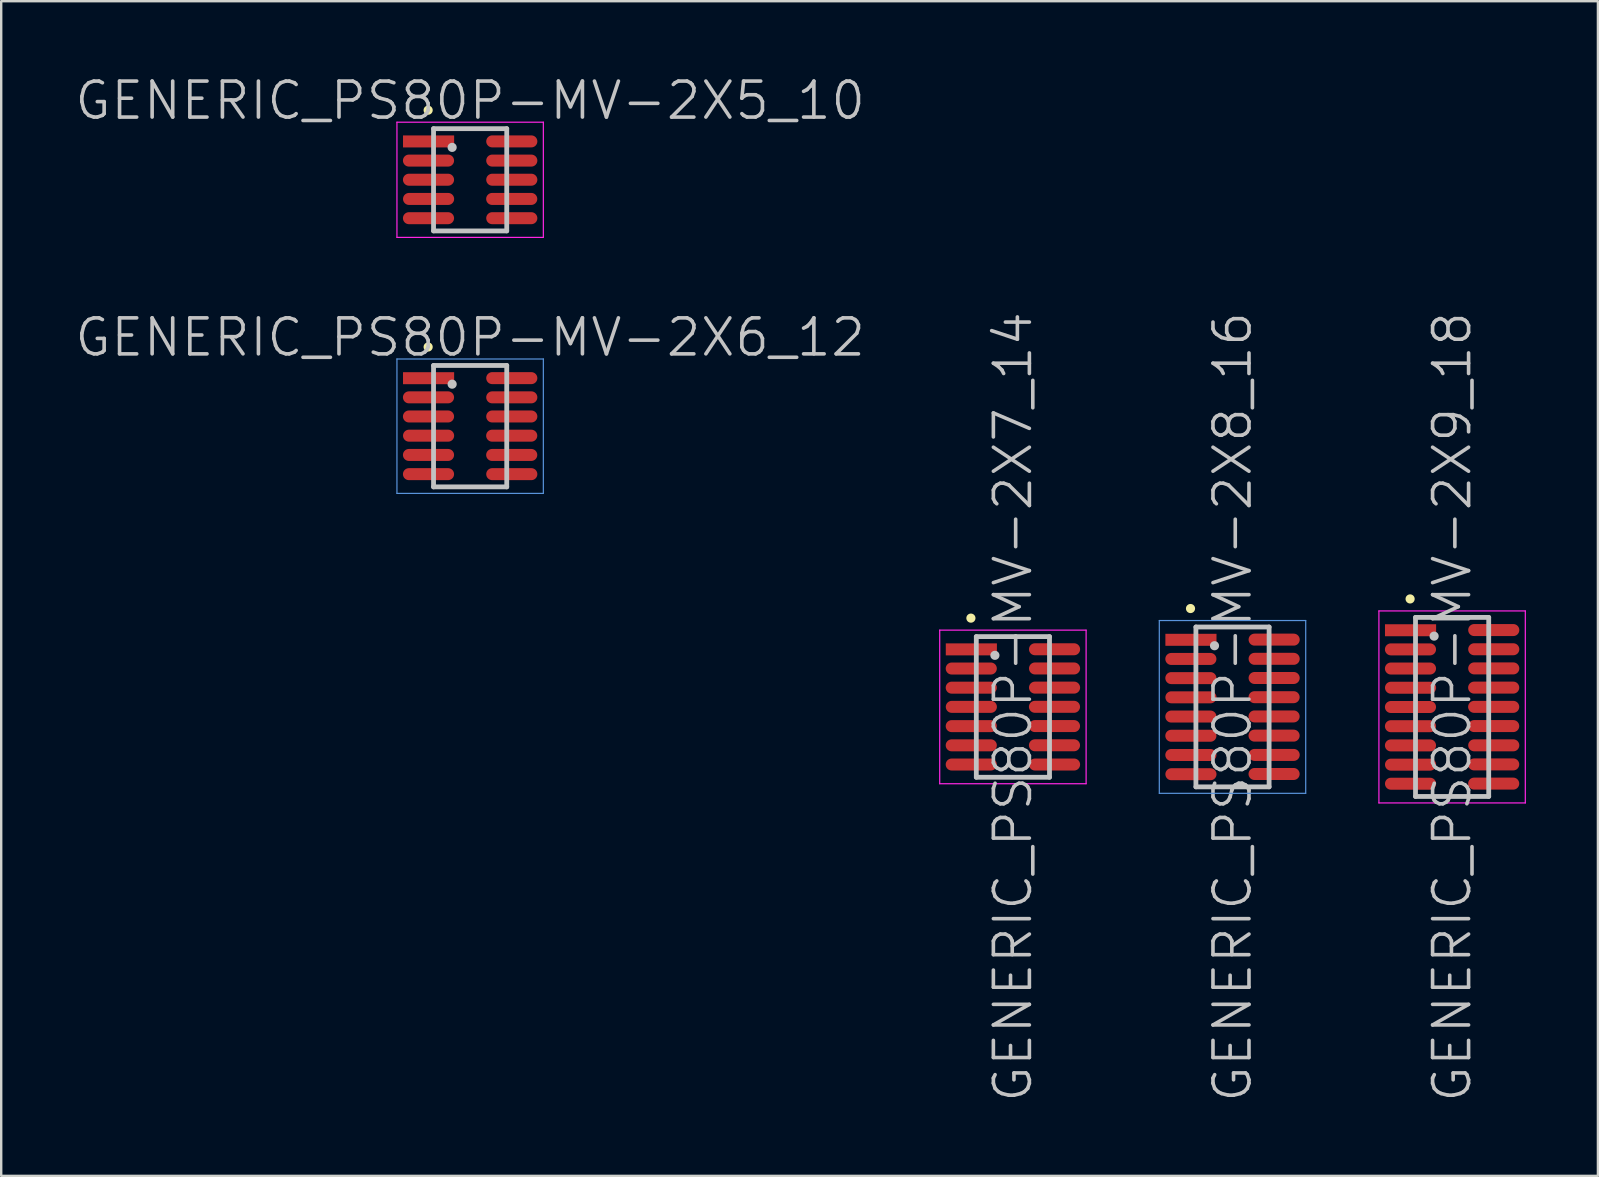
<source format=kicad_pcb>
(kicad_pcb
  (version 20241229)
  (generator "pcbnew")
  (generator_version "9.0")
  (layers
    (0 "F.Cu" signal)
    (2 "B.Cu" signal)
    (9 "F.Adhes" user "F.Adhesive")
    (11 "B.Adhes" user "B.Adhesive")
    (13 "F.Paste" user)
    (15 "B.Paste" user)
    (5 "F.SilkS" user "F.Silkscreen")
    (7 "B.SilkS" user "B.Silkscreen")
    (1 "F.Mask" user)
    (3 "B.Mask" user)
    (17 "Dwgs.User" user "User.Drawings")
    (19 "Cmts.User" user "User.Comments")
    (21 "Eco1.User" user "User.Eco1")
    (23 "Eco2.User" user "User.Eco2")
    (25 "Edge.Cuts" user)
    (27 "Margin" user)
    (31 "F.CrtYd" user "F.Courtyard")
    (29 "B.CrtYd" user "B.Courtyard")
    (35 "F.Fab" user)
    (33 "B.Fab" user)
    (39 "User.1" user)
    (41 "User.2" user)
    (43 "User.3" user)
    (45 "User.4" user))
  (footprint "GENERIC_PS80P-MV-2X9_18"
    (layer "F.Cu")
    (at 57.454 26.405)
    (property "Reference" "GENERIC_PS80P-MV-2X9_18" (at 0 0 90) (layer "Dwgs.User") (effects (font (size 1.5 1.5) (thickness 0.15))))
    (attr smd)
    (fp_line (start -1.75 -4.5) (end -1.75 -4.5) (stroke (width 0.381) (type solid)) (layer "F.SilkS"))
    (fp_line (start -1.525 -3.73) (end -1.525 3.73) (stroke (width 0.2) (type solid)) (layer "Dwgs.User"))
    (fp_line (start -1.525 -3.73) (end 1.525 -3.73) (stroke (width 0.2) (type solid)) (layer "Dwgs.User"))
    (fp_line (start -1.525 3.73) (end 1.525 3.73) (stroke (width 0.2) (type solid)) (layer "Dwgs.User"))
    (fp_line (start -0.75 -2.95) (end -0.75 -2.95) (stroke (width 0.381) (type solid)) (layer "Dwgs.User"))
    (fp_line (start 1.525 -3.73) (end 1.525 3.73) (stroke (width 0.2) (type solid)) (layer "Dwgs.User"))
    (fp_line (start -3.05 -4) (end -3.05 4) (stroke (width 0.05) (type solid)) (layer "F.CrtYd"))
    (fp_line (start -3.05 -4) (end 3.05 -4) (stroke (width 0.05) (type solid)) (layer "F.CrtYd"))
    (fp_line (start -3.05 4) (end 3.05 4) (stroke (width 0.05) (type solid)) (layer "F.CrtYd"))
    (fp_line (start 3.05 -4) (end 3.05 4) (stroke (width 0.05) (type solid)) (layer "F.CrtYd"))
    (pad "1" smd rect (at -1.732 -3.195 270) (size 0.5 2.13) (layers "F.Cu" "F.Mask" "F.Paste"))
    (pad "2" smd oval (at 1.735 -3.203 270) (size 0.5 2.13) (layers "F.Cu" "F.Mask" "F.Paste"))
    (pad "3" smd oval (at -1.735 -2.398 270) (size 0.5 2.13) (layers "F.Cu" "F.Mask" "F.Paste"))
    (pad "4" smd oval (at 1.735 -2.403 270) (size 0.5 2.13) (layers "F.Cu" "F.Mask" "F.Paste"))
    (pad "5" smd oval (at -1.735 -1.6 270) (size 0.5 2.13) (layers "F.Cu" "F.Mask" "F.Paste"))
    (pad "6" smd oval (at 1.735 -1.605 270) (size 0.5 2.13) (layers "F.Cu" "F.Mask" "F.Paste"))
    (pad "7" smd oval (at -1.732 -0.8 270) (size 0.5 2.13) (layers "F.Cu" "F.Mask" "F.Paste"))
    (pad "8" smd oval (at 1.732 -0.805 270) (size 0.5 2.13) (layers "F.Cu" "F.Mask" "F.Paste"))
    (pad "9" smd oval (at -1.735 0.003 270) (size 0.5 2.13) (layers "F.Cu" "F.Mask" "F.Paste"))
    (pad "10" smd oval (at 1.732 -0.003 270) (size 0.5 2.13) (layers "F.Cu" "F.Mask" "F.Paste"))
    (pad "11" smd oval (at -1.735 0.803 270) (size 0.5 2.13) (layers "F.Cu" "F.Mask" "F.Paste"))
    (pad "12" smd oval (at 1.732 0.798 270) (size 0.5 2.13) (layers "F.Cu" "F.Mask" "F.Paste"))
    (pad "13" smd oval (at -1.735 1.603 270) (size 0.5 2.13) (layers "F.Cu" "F.Mask" "F.Paste"))
    (pad "14" smd oval (at 1.735 1.6 270) (size 0.5 2.13) (layers "F.Cu" "F.Mask" "F.Paste"))
    (pad "15" smd oval (at -1.732 2.405 270) (size 0.5 2.13) (layers "F.Cu" "F.Mask" "F.Paste"))
    (pad "16" smd oval (at 1.732 2.395 270) (size 0.5 2.13) (layers "F.Cu" "F.Mask" "F.Paste"))
    (pad "17" smd oval (at -1.732 3.2 270) (size 0.5 2.13) (layers "F.Cu" "F.Mask" "F.Paste"))
    (pad "18" smd oval (at 1.732 3.195 270) (size 0.5 2.13) (layers "F.Cu" "F.Mask" "F.Paste")))
  (footprint "GENERIC_PS80P-MV-2X8_16"
    (layer "F.Cu")
    (at 48.304 26.405)
    (property "Reference" "GENERIC_PS80P-MV-2X8_16" (at 0 0 90) (layer "Dwgs.User") (effects (font (size 1.5 1.5) (thickness 0.15))))
    (attr smd)
    (fp_line (start -1.75 -4.1) (end -1.75 -4.1) (stroke (width 0.381) (type solid)) (layer "F.SilkS"))
    (fp_line (start -1.525 -3.33) (end -1.525 3.33) (stroke (width 0.2) (type solid)) (layer "Dwgs.User"))
    (fp_line (start -1.525 -3.33) (end 1.525 -3.33) (stroke (width 0.2) (type solid)) (layer "Dwgs.User"))
    (fp_line (start -1.525 3.33) (end 1.525 3.33) (stroke (width 0.2) (type solid)) (layer "Dwgs.User"))
    (fp_line (start -0.75 -2.55) (end -0.75 -2.55) (stroke (width 0.381) (type solid)) (layer "Dwgs.User"))
    (fp_line (start 1.525 -3.33) (end 1.525 3.33) (stroke (width 0.2) (type solid)) (layer "Dwgs.User"))
    (fp_line (start -3.05 -3.6) (end -3.05 3.6) (stroke (width 0.05) (type solid)) (layer "Cmts.User"))
    (fp_line (start -3.05 -3.6) (end 3.05 -3.6) (stroke (width 0.05) (type solid)) (layer "Cmts.User"))
    (fp_line (start -3.05 3.6) (end 3.05 3.6) (stroke (width 0.05) (type solid)) (layer "Cmts.User"))
    (fp_line (start 3.05 -3.6) (end 3.05 3.6) (stroke (width 0.05) (type solid)) (layer "Cmts.User"))
    (pad "1" smd rect (at -1.732 -2.797 270) (size 0.5 2.13) (layers "F.Cu" "F.Mask" "F.Paste"))
    (pad "2" smd oval (at 1.735 -2.804 270) (size 0.5 2.13) (layers "F.Cu" "F.Mask" "F.Paste"))
    (pad "3" smd oval (at -1.735 -1.999 270) (size 0.5 2.13) (layers "F.Cu" "F.Mask" "F.Paste"))
    (pad "4" smd oval (at 1.735 -2.004 270) (size 0.5 2.13) (layers "F.Cu" "F.Mask" "F.Paste"))
    (pad "5" smd oval (at -1.735 -1.201 270) (size 0.5 2.13) (layers "F.Cu" "F.Mask" "F.Paste"))
    (pad "6" smd oval (at 1.735 -1.206 270) (size 0.5 2.13) (layers "F.Cu" "F.Mask" "F.Paste"))
    (pad "7" smd oval (at -1.732 -0.401 270) (size 0.5 2.13) (layers "F.Cu" "F.Mask" "F.Paste"))
    (pad "8" smd oval (at 1.732 -0.406 270) (size 0.5 2.13) (layers "F.Cu" "F.Mask" "F.Paste"))
    (pad "9" smd oval (at -1.735 0.401 270) (size 0.5 2.13) (layers "F.Cu" "F.Mask" "F.Paste"))
    (pad "10" smd oval (at 1.732 0.396 270) (size 0.5 2.13) (layers "F.Cu" "F.Mask" "F.Paste"))
    (pad "11" smd oval (at -1.735 1.201 270) (size 0.5 2.13) (layers "F.Cu" "F.Mask" "F.Paste"))
    (pad "12" smd oval (at 1.732 1.196 270) (size 0.5 2.13) (layers "F.Cu" "F.Mask" "F.Paste"))
    (pad "13" smd oval (at -1.735 2.002 270) (size 0.5 2.13) (layers "F.Cu" "F.Mask" "F.Paste"))
    (pad "14" smd oval (at 1.735 1.999 270) (size 0.5 2.13) (layers "F.Cu" "F.Mask" "F.Paste"))
    (pad "15" smd oval (at -1.732 2.804 270) (size 0.5 2.13) (layers "F.Cu" "F.Mask" "F.Paste"))
    (pad "16" smd oval (at 1.732 2.794 270) (size 0.5 2.13) (layers "F.Cu" "F.Mask" "F.Paste")))
  (footprint "GENERIC_PS80P-MV-2X5_10"
    (layer "F.Cu")
    (at 16.539 4.441)
    (property "Reference" "GENERIC_PS80P-MV-2X5_10" (at 0 -3.3 180) (layer "Dwgs.User") (effects (font (size 1.5 1.5) (thickness 0.15))))
    (attr smd)
    (fp_line (start -1.75 -2.9) (end -1.75 -2.9) (stroke (width 0.381) (type solid)) (layer "F.SilkS"))
    (fp_line (start -1.525 -2.13) (end -1.525 2.13) (stroke (width 0.2) (type solid)) (layer "Dwgs.User"))
    (fp_line (start -1.525 -2.13) (end 1.525 -2.13) (stroke (width 0.2) (type solid)) (layer "Dwgs.User"))
    (fp_line (start -1.525 2.13) (end 1.525 2.13) (stroke (width 0.2) (type solid)) (layer "Dwgs.User"))
    (fp_line (start -0.75 -1.35) (end -0.75 -1.35) (stroke (width 0.381) (type solid)) (layer "Dwgs.User"))
    (fp_line (start 1.525 -2.13) (end 1.525 2.13) (stroke (width 0.2) (type solid)) (layer "Dwgs.User"))
    (fp_line (start -3.05 -2.4) (end -3.05 2.4) (stroke (width 0.05) (type solid)) (layer "F.CrtYd"))
    (fp_line (start -3.05 -2.4) (end 3.05 -2.4) (stroke (width 0.05) (type solid)) (layer "F.CrtYd"))
    (fp_line (start -3.05 2.4) (end 3.05 2.4) (stroke (width 0.05) (type solid)) (layer "F.CrtYd"))
    (fp_line (start 3.05 -2.4) (end 3.05 2.4) (stroke (width 0.05) (type solid)) (layer "F.CrtYd"))
    (pad "1" smd rect (at -1.732 -1.598 270) (size 0.5 2.13) (layers "F.Cu" "F.Mask" "F.Paste"))
    (pad "2" smd oval (at 1.735 -1.6 270) (size 0.5 2.13) (layers "F.Cu" "F.Mask" "F.Paste"))
    (pad "3" smd oval (at -1.735 -0.8 270) (size 0.5 2.13) (layers "F.Cu" "F.Mask" "F.Paste"))
    (pad "4" smd oval (at 1.735 -0.8 270) (size 0.5 2.13) (layers "F.Cu" "F.Mask" "F.Paste"))
    (pad "5" smd oval (at -1.735 -0.003 270) (size 0.5 2.13) (layers "F.Cu" "F.Mask" "F.Paste"))
    (pad "6" smd oval (at 1.735 -0.003 270) (size 0.5 2.13) (layers "F.Cu" "F.Mask" "F.Paste"))
    (pad "7" smd oval (at -1.732 0.798 270) (size 0.5 2.13) (layers "F.Cu" "F.Mask" "F.Paste"))
    (pad "8" smd oval (at 1.732 0.798 270) (size 0.5 2.13) (layers "F.Cu" "F.Mask" "F.Paste"))
    (pad "9" smd oval (at -1.735 1.6 270) (size 0.5 2.13) (layers "F.Cu" "F.Mask" "F.Paste"))
    (pad "10" smd oval (at 1.735 1.6 270) (size 0.5 2.13) (layers "F.Cu" "F.Mask" "F.Paste")))
  (footprint "GENERIC_PS80P-MV-2X6_12"
    (layer "F.Cu")
    (at 16.539 14.707)
    (property "Reference" "GENERIC_PS80P-MV-2X6_12" (at 0 -3.7 180) (layer "Dwgs.User") (effects (font (size 1.5 1.5) (thickness 0.15))))
    (attr smd)
    (fp_line (start -1.75 -3.3) (end -1.75 -3.3) (stroke (width 0.381) (type solid)) (layer "F.SilkS"))
    (fp_line (start -1.525 -2.53) (end -1.525 2.53) (stroke (width 0.2) (type solid)) (layer "Dwgs.User"))
    (fp_line (start -1.525 -2.53) (end 1.525 -2.53) (stroke (width 0.2) (type solid)) (layer "Dwgs.User"))
    (fp_line (start -1.525 2.53) (end 1.525 2.53) (stroke (width 0.2) (type solid)) (layer "Dwgs.User"))
    (fp_line (start -0.75 -1.75) (end -0.75 -1.75) (stroke (width 0.381) (type solid)) (layer "Dwgs.User"))
    (fp_line (start 1.525 -2.53) (end 1.525 2.53) (stroke (width 0.2) (type solid)) (layer "Dwgs.User"))
    (fp_line (start -3.05 -2.8) (end -3.05 2.8) (stroke (width 0.05) (type solid)) (layer "Cmts.User"))
    (fp_line (start -3.05 -2.8) (end 3.05 -2.8) (stroke (width 0.05) (type solid)) (layer "Cmts.User"))
    (fp_line (start -3.05 2.8) (end 3.05 2.8) (stroke (width 0.05) (type solid)) (layer "Cmts.User"))
    (fp_line (start 3.05 -2.8) (end 3.05 2.8) (stroke (width 0.05) (type solid)) (layer "Cmts.User"))
    (pad "1" smd rect (at -1.732 -1.999 270) (size 0.5 2.13) (layers "F.Cu" "F.Mask" "F.Paste"))
    (pad "2" smd oval (at 1.735 -2.002 270) (size 0.5 2.13) (layers "F.Cu" "F.Mask" "F.Paste"))
    (pad "3" smd oval (at -1.735 -1.201 270) (size 0.5 2.13) (layers "F.Cu" "F.Mask" "F.Paste"))
    (pad "4" smd oval (at 1.735 -1.201 270) (size 0.5 2.13) (layers "F.Cu" "F.Mask" "F.Paste"))
    (pad "5" smd oval (at -1.735 -0.404 270) (size 0.5 2.13) (layers "F.Cu" "F.Mask" "F.Paste"))
    (pad "6" smd oval (at 1.735 -0.404 270) (size 0.5 2.13) (layers "F.Cu" "F.Mask" "F.Paste"))
    (pad "7" smd oval (at -1.732 0.396 270) (size 0.5 2.13) (layers "F.Cu" "F.Mask" "F.Paste"))
    (pad "8" smd oval (at 1.732 0.396 270) (size 0.5 2.13) (layers "F.Cu" "F.Mask" "F.Paste"))
    (pad "9" smd oval (at -1.735 1.199 270) (size 0.5 2.13) (layers "F.Cu" "F.Mask" "F.Paste"))
    (pad "10" smd oval (at 1.732 1.199 270) (size 0.5 2.13) (layers "F.Cu" "F.Mask" "F.Paste"))
    (pad "11" smd oval (at -1.735 1.999 270) (size 0.5 2.13) (layers "F.Cu" "F.Mask" "F.Paste"))
    (pad "12" smd oval (at 1.735 1.999 270) (size 0.5 2.13) (layers "F.Cu" "F.Mask" "F.Paste")))
  (footprint "GENERIC_PS80P-MV-2X7_14"
    (layer "F.Cu")
    (at 39.154 26.405)
    (property "Reference" "GENERIC_PS80P-MV-2X7_14" (at 0 0 90) (layer "Dwgs.User") (effects (font (size 1.5 1.5) (thickness 0.15))))
    (attr smd)
    (fp_line (start -1.75 -3.7) (end -1.75 -3.7) (stroke (width 0.381) (type solid)) (layer "F.SilkS"))
    (fp_line (start -1.525 -2.93) (end -1.525 2.93) (stroke (width 0.2) (type solid)) (layer "Dwgs.User"))
    (fp_line (start -1.525 -2.93) (end 1.525 -2.93) (stroke (width 0.2) (type solid)) (layer "Dwgs.User"))
    (fp_line (start -1.525 2.93) (end 1.525 2.93) (stroke (width 0.2) (type solid)) (layer "Dwgs.User"))
    (fp_line (start -0.75 -2.15) (end -0.75 -2.15) (stroke (width 0.381) (type solid)) (layer "Dwgs.User"))
    (fp_line (start 1.525 -2.93) (end 1.525 2.93) (stroke (width 0.2) (type solid)) (layer "Dwgs.User"))
    (fp_line (start -3.05 -3.2) (end -3.05 3.2) (stroke (width 0.05) (type solid)) (layer "F.CrtYd"))
    (fp_line (start -3.05 -3.2) (end 3.05 -3.2) (stroke (width 0.05) (type solid)) (layer "F.CrtYd"))
    (fp_line (start -3.05 3.2) (end 3.05 3.2) (stroke (width 0.05) (type solid)) (layer "F.CrtYd"))
    (fp_line (start 3.05 -3.2) (end 3.05 3.2) (stroke (width 0.05) (type solid)) (layer "F.CrtYd"))
    (pad "1" smd rect (at -1.732 -2.398 270) (size 0.5 2.13) (layers "F.Cu" "F.Mask" "F.Paste"))
    (pad "2" smd oval (at 1.735 -2.403 270) (size 0.5 2.13) (layers "F.Cu" "F.Mask" "F.Paste"))
    (pad "3" smd oval (at -1.735 -1.6 270) (size 0.5 2.13) (layers "F.Cu" "F.Mask" "F.Paste"))
    (pad "4" smd oval (at 1.735 -1.603 270) (size 0.5 2.13) (layers "F.Cu" "F.Mask" "F.Paste"))
    (pad "5" smd oval (at -1.735 -0.803 270) (size 0.5 2.13) (layers "F.Cu" "F.Mask" "F.Paste"))
    (pad "6" smd oval (at 1.735 -0.805 270) (size 0.5 2.13) (layers "F.Cu" "F.Mask" "F.Paste"))
    (pad "7" smd oval (at -1.732 -0.003 270) (size 0.5 2.13) (layers "F.Cu" "F.Mask" "F.Paste"))
    (pad "8" smd oval (at 1.732 -0.005 270) (size 0.5 2.13) (layers "F.Cu" "F.Mask" "F.Paste"))
    (pad "9" smd oval (at -1.735 0.8 270) (size 0.5 2.13) (layers "F.Cu" "F.Mask" "F.Paste"))
    (pad "10" smd oval (at 1.732 0.798 270) (size 0.5 2.13) (layers "F.Cu" "F.Mask" "F.Paste"))
    (pad "11" smd oval (at -1.735 1.6 270) (size 0.5 2.13) (layers "F.Cu" "F.Mask" "F.Paste"))
    (pad "12" smd oval (at 1.732 1.598 270) (size 0.5 2.13) (layers "F.Cu" "F.Mask" "F.Paste"))
    (pad "13" smd oval (at -1.735 2.4 270) (size 0.5 2.13) (layers "F.Cu" "F.Mask" "F.Paste"))
    (pad "14" smd oval (at 1.735 2.4 270) (size 0.5 2.13) (layers "F.Cu" "F.Mask" "F.Paste")))
  (gr_rect
    (start -3 -3)
    (end 63.529 45.944)
    (stroke (width 0.1) (type default))
    (fill no)
    (layer "Edge.Cuts")))
</source>
